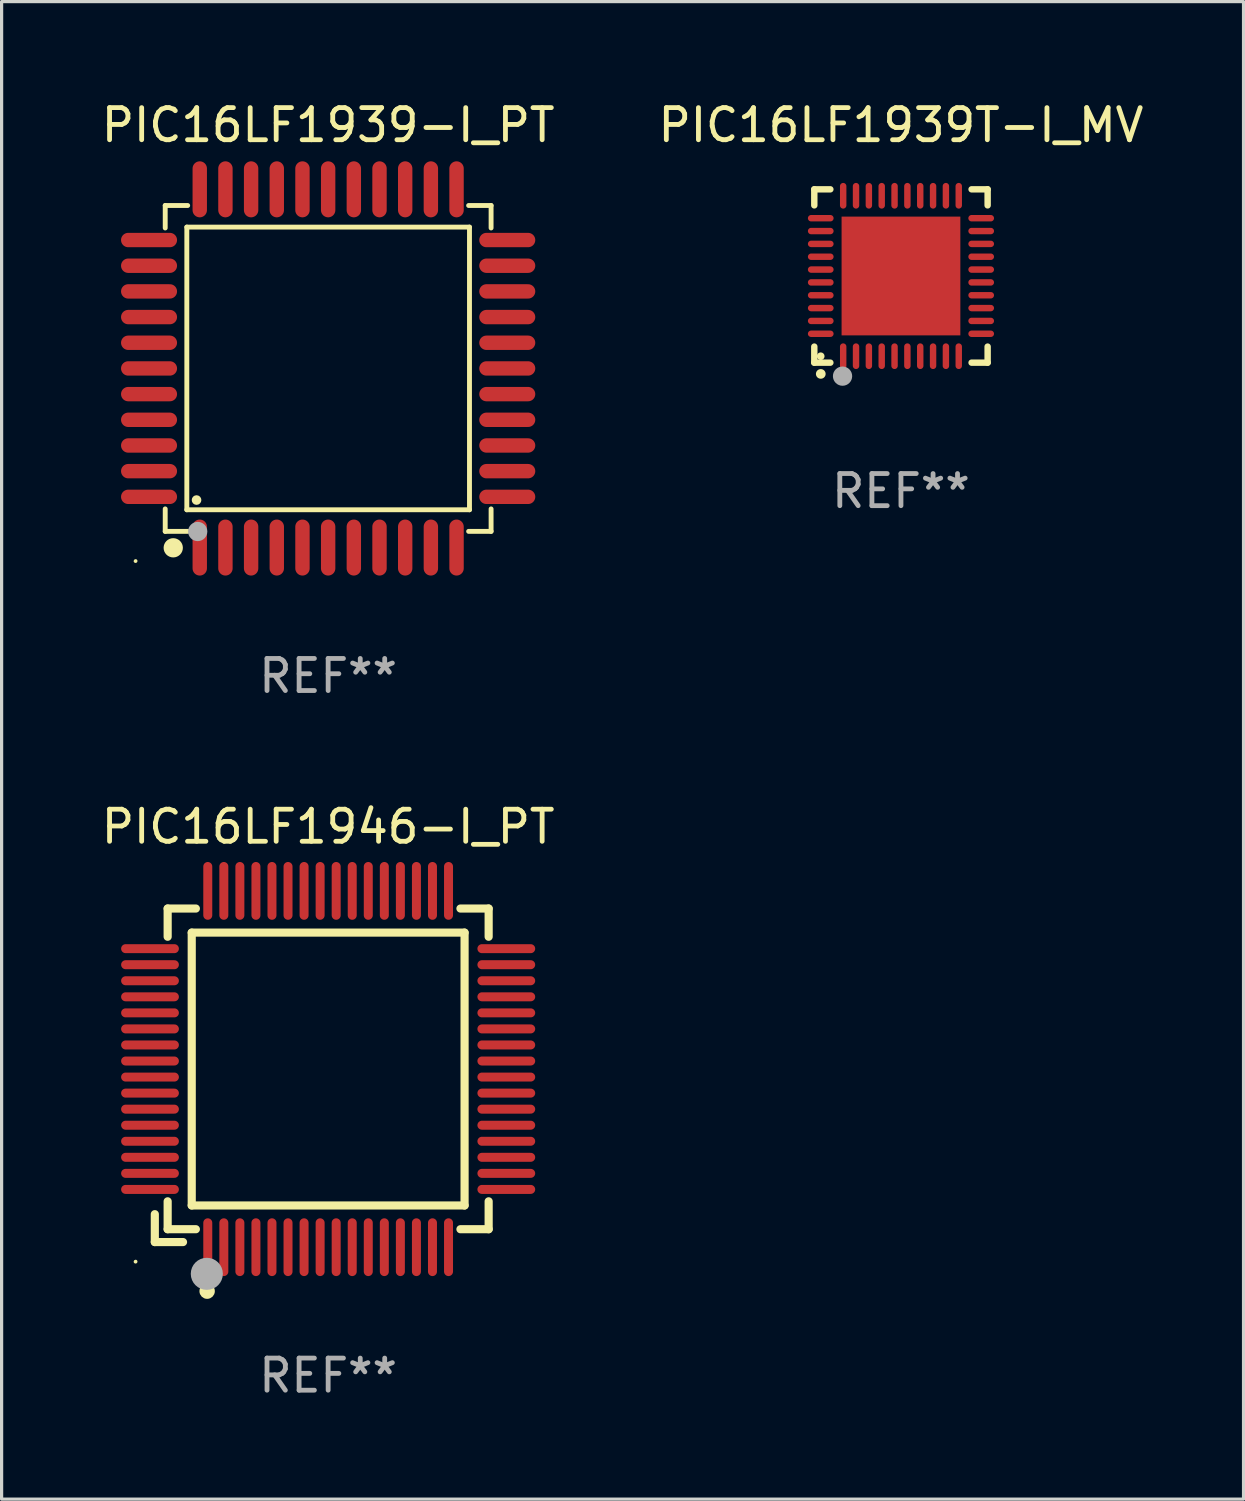
<source format=kicad_pcb>
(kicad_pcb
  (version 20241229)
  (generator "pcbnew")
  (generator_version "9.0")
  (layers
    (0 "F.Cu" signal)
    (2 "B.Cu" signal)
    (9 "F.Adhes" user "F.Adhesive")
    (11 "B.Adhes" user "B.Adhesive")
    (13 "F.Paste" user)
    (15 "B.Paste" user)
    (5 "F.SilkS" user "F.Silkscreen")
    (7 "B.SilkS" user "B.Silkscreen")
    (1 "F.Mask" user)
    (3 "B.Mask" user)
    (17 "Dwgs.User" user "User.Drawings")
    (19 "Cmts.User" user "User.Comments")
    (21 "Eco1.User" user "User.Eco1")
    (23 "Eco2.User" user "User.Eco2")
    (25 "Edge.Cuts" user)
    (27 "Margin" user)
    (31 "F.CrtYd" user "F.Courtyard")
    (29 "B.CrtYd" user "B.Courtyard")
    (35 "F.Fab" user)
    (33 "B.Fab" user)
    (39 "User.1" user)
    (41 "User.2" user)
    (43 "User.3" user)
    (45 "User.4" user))
  (footprint "PIC16LF1946-I_PT"
    (layer "F.Cu")
    (at 7.173 30.254)
    (property "Reference" "PIC16LF1946-I_PT" (at 0 -7.55 0) (layer "F.SilkS") (effects (font (size 1 1) (thickness 0.15))))
    (attr through_hole)
    (fp_line (start -5.4 4.521) (end -5.4 5.39) (stroke (width 0.254) (type solid)) (layer "F.SilkS"))
    (fp_line (start -5.4 5.39) (end -4.521 5.39) (stroke (width 0.254) (type solid)) (layer "F.SilkS"))
    (fp_line (start -5 -5) (end -5 -4.121) (stroke (width 0.254) (type solid)) (layer "F.SilkS"))
    (fp_line (start -5 4.121) (end -5 4.99) (stroke (width 0.254) (type solid)) (layer "F.SilkS"))
    (fp_line (start -5 4.99) (end -4.121 4.99) (stroke (width 0.254) (type solid)) (layer "F.SilkS"))
    (fp_line (start -4.25 -4.25) (end -4.25 4.25) (stroke (width 0.254) (type solid)) (layer "F.SilkS"))
    (fp_line (start -4.25 4.25) (end 4.25 4.25) (stroke (width 0.254) (type solid)) (layer "F.SilkS"))
    (fp_line (start -4.121 -5) (end -5 -5) (stroke (width 0.254) (type solid)) (layer "F.SilkS"))
    (fp_line (start 4.121 4.99) (end 5 4.99) (stroke (width 0.254) (type solid)) (layer "F.SilkS"))
    (fp_line (start 4.25 -4.25) (end -4.25 -4.25) (stroke (width 0.254) (type solid)) (layer "F.SilkS"))
    (fp_line (start 4.25 4.25) (end 4.25 -4.25) (stroke (width 0.254) (type solid)) (layer "F.SilkS"))
    (fp_line (start 5 -5) (end 4.121 -5) (stroke (width 0.254) (type solid)) (layer "F.SilkS"))
    (fp_line (start 5 -4.121) (end 5 -5) (stroke (width 0.254) (type solid)) (layer "F.SilkS"))
    (fp_line (start 5 4.99) (end 5 4.121) (stroke (width 0.254) (type solid)) (layer "F.SilkS"))
    (fp_circle (center -6 6) (end -5.97 6) (stroke (width 0.06) (type solid)) (fill no) (layer "F.SilkS"))
    (fp_circle (center -3.77 6.92) (end -3.65 6.92) (stroke (width 0.24) (type solid)) (fill no) (layer "F.SilkS"))
    (fp_circle (center -3.78 6.38) (end -3.53 6.38) (stroke (width 0.5) (type solid)) (fill no) (layer "F.Fab"))
    (fp_text user "REF**" (at 0 9.55 0) (layer "F.Fab") (effects (font (size 1 1) (thickness 0.15))))
    (pad "1" smd oval (at -3.75 5.55) (size 0.28 1.8) (layers "F.Cu" "F.Mask" "F.Paste"))
    (pad "2" smd oval (at -3.25 5.55) (size 0.28 1.8) (layers "F.Cu" "F.Mask" "F.Paste"))
    (pad "3" smd oval (at -2.75 5.55) (size 0.28 1.8) (layers "F.Cu" "F.Mask" "F.Paste"))
    (pad "4" smd oval (at -2.25 5.55) (size 0.28 1.8) (layers "F.Cu" "F.Mask" "F.Paste"))
    (pad "5" smd oval (at -1.75 5.55) (size 0.28 1.8) (layers "F.Cu" "F.Mask" "F.Paste"))
    (pad "6" smd oval (at -1.25 5.55) (size 0.28 1.8) (layers "F.Cu" "F.Mask" "F.Paste"))
    (pad "7" smd oval (at -0.75 5.55) (size 0.28 1.8) (layers "F.Cu" "F.Mask" "F.Paste"))
    (pad "8" smd oval (at -0.25 5.55) (size 0.28 1.8) (layers "F.Cu" "F.Mask" "F.Paste"))
    (pad "9" smd oval (at 0.25 5.55) (size 0.28 1.8) (layers "F.Cu" "F.Mask" "F.Paste"))
    (pad "10" smd oval (at 0.75 5.55) (size 0.28 1.8) (layers "F.Cu" "F.Mask" "F.Paste"))
    (pad "11" smd oval (at 1.25 5.55) (size 0.28 1.8) (layers "F.Cu" "F.Mask" "F.Paste"))
    (pad "12" smd oval (at 1.75 5.55) (size 0.28 1.8) (layers "F.Cu" "F.Mask" "F.Paste"))
    (pad "13" smd oval (at 2.25 5.55) (size 0.28 1.8) (layers "F.Cu" "F.Mask" "F.Paste"))
    (pad "14" smd oval (at 2.75 5.55) (size 0.28 1.8) (layers "F.Cu" "F.Mask" "F.Paste"))
    (pad "15" smd oval (at 3.25 5.55) (size 0.28 1.8) (layers "F.Cu" "F.Mask" "F.Paste"))
    (pad "16" smd oval (at 3.75 5.55) (size 0.28 1.8) (layers "F.Cu" "F.Mask" "F.Paste"))
    (pad "17" smd oval (at 5.55 3.75) (size 1.8 0.28) (layers "F.Cu" "F.Mask" "F.Paste"))
    (pad "18" smd oval (at 5.55 3.25) (size 1.8 0.28) (layers "F.Cu" "F.Mask" "F.Paste"))
    (pad "19" smd oval (at 5.55 2.75) (size 1.8 0.28) (layers "F.Cu" "F.Mask" "F.Paste"))
    (pad "20" smd oval (at 5.55 2.25) (size 1.8 0.28) (layers "F.Cu" "F.Mask" "F.Paste"))
    (pad "21" smd oval (at 5.55 1.75) (size 1.8 0.28) (layers "F.Cu" "F.Mask" "F.Paste"))
    (pad "22" smd oval (at 5.55 1.25) (size 1.8 0.28) (layers "F.Cu" "F.Mask" "F.Paste"))
    (pad "23" smd oval (at 5.55 0.75) (size 1.8 0.28) (layers "F.Cu" "F.Mask" "F.Paste"))
    (pad "24" smd oval (at 5.55 0.25) (size 1.8 0.28) (layers "F.Cu" "F.Mask" "F.Paste"))
    (pad "25" smd oval (at 5.55 -0.25) (size 1.8 0.28) (layers "F.Cu" "F.Mask" "F.Paste"))
    (pad "26" smd oval (at 5.55 -0.75) (size 1.8 0.28) (layers "F.Cu" "F.Mask" "F.Paste"))
    (pad "27" smd oval (at 5.55 -1.25) (size 1.8 0.28) (layers "F.Cu" "F.Mask" "F.Paste"))
    (pad "28" smd oval (at 5.55 -1.75) (size 1.8 0.28) (layers "F.Cu" "F.Mask" "F.Paste"))
    (pad "29" smd oval (at 5.55 -2.25) (size 1.8 0.28) (layers "F.Cu" "F.Mask" "F.Paste"))
    (pad "30" smd oval (at 5.55 -2.75) (size 1.8 0.28) (layers "F.Cu" "F.Mask" "F.Paste"))
    (pad "31" smd oval (at 5.55 -3.25) (size 1.8 0.28) (layers "F.Cu" "F.Mask" "F.Paste"))
    (pad "32" smd oval (at 5.55 -3.75) (size 1.8 0.28) (layers "F.Cu" "F.Mask" "F.Paste"))
    (pad "33" smd oval (at 3.75 -5.55) (size 0.28 1.8) (layers "F.Cu" "F.Mask" "F.Paste"))
    (pad "34" smd oval (at 3.25 -5.55) (size 0.28 1.8) (layers "F.Cu" "F.Mask" "F.Paste"))
    (pad "35" smd oval (at 2.75 -5.55) (size 0.28 1.8) (layers "F.Cu" "F.Mask" "F.Paste"))
    (pad "36" smd oval (at 2.25 -5.55) (size 0.28 1.8) (layers "F.Cu" "F.Mask" "F.Paste"))
    (pad "37" smd oval (at 1.75 -5.55) (size 0.28 1.8) (layers "F.Cu" "F.Mask" "F.Paste"))
    (pad "38" smd oval (at 1.25 -5.55) (size 0.28 1.8) (layers "F.Cu" "F.Mask" "F.Paste"))
    (pad "39" smd oval (at 0.75 -5.55) (size 0.28 1.8) (layers "F.Cu" "F.Mask" "F.Paste"))
    (pad "40" smd oval (at 0.25 -5.55) (size 0.28 1.8) (layers "F.Cu" "F.Mask" "F.Paste"))
    (pad "41" smd oval (at -0.25 -5.55) (size 0.28 1.8) (layers "F.Cu" "F.Mask" "F.Paste"))
    (pad "42" smd oval (at -0.75 -5.55) (size 0.28 1.8) (layers "F.Cu" "F.Mask" "F.Paste"))
    (pad "43" smd oval (at -1.25 -5.55) (size 0.28 1.8) (layers "F.Cu" "F.Mask" "F.Paste"))
    (pad "44" smd oval (at -1.75 -5.55) (size 0.28 1.8) (layers "F.Cu" "F.Mask" "F.Paste"))
    (pad "45" smd oval (at -2.25 -5.55) (size 0.28 1.8) (layers "F.Cu" "F.Mask" "F.Paste"))
    (pad "46" smd oval (at -2.75 -5.55) (size 0.28 1.8) (layers "F.Cu" "F.Mask" "F.Paste"))
    (pad "47" smd oval (at -3.25 -5.55) (size 0.28 1.8) (layers "F.Cu" "F.Mask" "F.Paste"))
    (pad "48" smd oval (at -3.75 -5.55) (size 0.28 1.8) (layers "F.Cu" "F.Mask" "F.Paste"))
    (pad "49" smd oval (at -5.55 -3.75) (size 1.8 0.28) (layers "F.Cu" "F.Mask" "F.Paste"))
    (pad "50" smd oval (at -5.55 -3.25) (size 1.8 0.28) (layers "F.Cu" "F.Mask" "F.Paste"))
    (pad "51" smd oval (at -5.55 -2.75) (size 1.8 0.28) (layers "F.Cu" "F.Mask" "F.Paste"))
    (pad "52" smd oval (at -5.55 -2.25) (size 1.8 0.28) (layers "F.Cu" "F.Mask" "F.Paste"))
    (pad "53" smd oval (at -5.55 -1.75) (size 1.8 0.28) (layers "F.Cu" "F.Mask" "F.Paste"))
    (pad "54" smd oval (at -5.55 -1.25) (size 1.8 0.28) (layers "F.Cu" "F.Mask" "F.Paste"))
    (pad "55" smd oval (at -5.55 -0.75) (size 1.8 0.28) (layers "F.Cu" "F.Mask" "F.Paste"))
    (pad "56" smd oval (at -5.55 -0.25) (size 1.8 0.28) (layers "F.Cu" "F.Mask" "F.Paste"))
    (pad "57" smd oval (at -5.55 0.25) (size 1.8 0.28) (layers "F.Cu" "F.Mask" "F.Paste"))
    (pad "58" smd oval (at -5.55 0.75) (size 1.8 0.28) (layers "F.Cu" "F.Mask" "F.Paste"))
    (pad "59" smd oval (at -5.55 1.25) (size 1.8 0.28) (layers "F.Cu" "F.Mask" "F.Paste"))
    (pad "60" smd oval (at -5.55 1.75) (size 1.8 0.28) (layers "F.Cu" "F.Mask" "F.Paste"))
    (pad "61" smd oval (at -5.55 2.25) (size 1.8 0.28) (layers "F.Cu" "F.Mask" "F.Paste"))
    (pad "62" smd oval (at -5.55 2.75) (size 1.8 0.28) (layers "F.Cu" "F.Mask" "F.Paste"))
    (pad "63" smd oval (at -5.55 3.25) (size 1.8 0.28) (layers "F.Cu" "F.Mask" "F.Paste"))
    (pad "64" smd oval (at -5.55 3.75) (size 1.8 0.28) (layers "F.Cu" "F.Mask" "F.Paste")))
  (footprint "PIC16LF1939-I_PT"
    (layer "F.Cu")
    (at 7.173 8.428)
    (property "Reference" "PIC16LF1939-I_PT" (at 0 -7.58 0) (layer "F.SilkS") (effects (font (size 1 1) (thickness 0.15))))
    (attr through_hole)
    (fp_line (start -5.076 -5.076) (end -5.076 -4.376) (stroke (width 0.152) (type solid)) (layer "F.SilkS"))
    (fp_line (start -5.076 5.076) (end -5.076 4.376) (stroke (width 0.152) (type solid)) (layer "F.SilkS"))
    (fp_line (start -4.403 -4.403) (end 4.403 -4.403) (stroke (width 0.152) (type solid)) (layer "F.SilkS"))
    (fp_line (start -4.403 4.403) (end -4.403 -4.403) (stroke (width 0.152) (type solid)) (layer "F.SilkS"))
    (fp_line (start -4.376 -5.076) (end -5.076 -5.076) (stroke (width 0.152) (type solid)) (layer "F.SilkS"))
    (fp_line (start -4.376 5.076) (end -5.076 5.076) (stroke (width 0.152) (type solid)) (layer "F.SilkS"))
    (fp_line (start 4.376 -5.076) (end 5.076 -5.076) (stroke (width 0.152) (type solid)) (layer "F.SilkS"))
    (fp_line (start 4.376 5.076) (end 5.076 5.076) (stroke (width 0.152) (type solid)) (layer "F.SilkS"))
    (fp_line (start 4.403 -4.403) (end 4.403 4.403) (stroke (width 0.152) (type solid)) (layer "F.SilkS"))
    (fp_line (start 4.403 4.403) (end -4.403 4.403) (stroke (width 0.152) (type solid)) (layer "F.SilkS"))
    (fp_line (start 5.076 -5.076) (end 5.076 -4.376) (stroke (width 0.152) (type solid)) (layer "F.SilkS"))
    (fp_line (start 5.076 5.076) (end 5.076 4.376) (stroke (width 0.152) (type solid)) (layer "F.SilkS"))
    (fp_circle (center -6 6) (end -5.97 6) (stroke (width 0.06) (type solid)) (fill no) (layer "F.SilkS"))
    (fp_circle (center -4.826 5.588) (end -4.676 5.588) (stroke (width 0.3) (type solid)) (fill no) (layer "F.SilkS"))
    (fp_circle (center -4.1 4.1) (end -4.025 4.1) (stroke (width 0.15) (type solid)) (fill no) (layer "F.SilkS"))
    (fp_circle (center -4.064 5.08) (end -3.914 5.08) (stroke (width 0.3) (type solid)) (fill no) (layer "F.Fab"))
    (fp_text user "REF**" (at 0 9.58 0) (layer "F.Fab") (effects (font (size 1 1) (thickness 0.15))))
    (pad "1" smd oval (at -4 5.58) (size 0.448 1.745) (layers "F.Cu" "F.Mask" "F.Paste"))
    (pad "2" smd oval (at -3.2 5.58) (size 0.448 1.745) (layers "F.Cu" "F.Mask" "F.Paste"))
    (pad "3" smd oval (at -2.4 5.58) (size 0.448 1.745) (layers "F.Cu" "F.Mask" "F.Paste"))
    (pad "4" smd oval (at -1.6 5.58) (size 0.448 1.745) (layers "F.Cu" "F.Mask" "F.Paste"))
    (pad "5" smd oval (at -0.8 5.58) (size 0.448 1.745) (layers "F.Cu" "F.Mask" "F.Paste"))
    (pad "6" smd oval (at 0 5.58) (size 0.448 1.745) (layers "F.Cu" "F.Mask" "F.Paste"))
    (pad "7" smd oval (at 0.8 5.58) (size 0.448 1.745) (layers "F.Cu" "F.Mask" "F.Paste"))
    (pad "8" smd oval (at 1.6 5.58) (size 0.448 1.745) (layers "F.Cu" "F.Mask" "F.Paste"))
    (pad "9" smd oval (at 2.4 5.58) (size 0.448 1.745) (layers "F.Cu" "F.Mask" "F.Paste"))
    (pad "10" smd oval (at 3.2 5.58) (size 0.448 1.745) (layers "F.Cu" "F.Mask" "F.Paste"))
    (pad "11" smd oval (at 4 5.58) (size 0.448 1.745) (layers "F.Cu" "F.Mask" "F.Paste"))
    (pad "12" smd oval (at 5.58 4) (size 1.745 0.448) (layers "F.Cu" "F.Mask" "F.Paste"))
    (pad "13" smd oval (at 5.58 3.2) (size 1.745 0.448) (layers "F.Cu" "F.Mask" "F.Paste"))
    (pad "14" smd oval (at 5.58 2.4) (size 1.745 0.448) (layers "F.Cu" "F.Mask" "F.Paste"))
    (pad "15" smd oval (at 5.58 1.6) (size 1.745 0.448) (layers "F.Cu" "F.Mask" "F.Paste"))
    (pad "16" smd oval (at 5.58 0.8) (size 1.745 0.448) (layers "F.Cu" "F.Mask" "F.Paste"))
    (pad "17" smd oval (at 5.58 0) (size 1.745 0.448) (layers "F.Cu" "F.Mask" "F.Paste"))
    (pad "18" smd oval (at 5.58 -0.8) (size 1.745 0.448) (layers "F.Cu" "F.Mask" "F.Paste"))
    (pad "19" smd oval (at 5.58 -1.6) (size 1.745 0.448) (layers "F.Cu" "F.Mask" "F.Paste"))
    (pad "20" smd oval (at 5.58 -2.4) (size 1.745 0.448) (layers "F.Cu" "F.Mask" "F.Paste"))
    (pad "21" smd oval (at 5.58 -3.2) (size 1.745 0.448) (layers "F.Cu" "F.Mask" "F.Paste"))
    (pad "22" smd oval (at 5.58 -4) (size 1.745 0.448) (layers "F.Cu" "F.Mask" "F.Paste"))
    (pad "23" smd oval (at 4 -5.58) (size 0.448 1.745) (layers "F.Cu" "F.Mask" "F.Paste"))
    (pad "24" smd oval (at 3.2 -5.58) (size 0.448 1.745) (layers "F.Cu" "F.Mask" "F.Paste"))
    (pad "25" smd oval (at 2.4 -5.58) (size 0.448 1.745) (layers "F.Cu" "F.Mask" "F.Paste"))
    (pad "26" smd oval (at 1.6 -5.58) (size 0.448 1.745) (layers "F.Cu" "F.Mask" "F.Paste"))
    (pad "27" smd oval (at 0.8 -5.58) (size 0.448 1.745) (layers "F.Cu" "F.Mask" "F.Paste"))
    (pad "28" smd oval (at 0 -5.58) (size 0.448 1.745) (layers "F.Cu" "F.Mask" "F.Paste"))
    (pad "29" smd oval (at -0.8 -5.58) (size 0.448 1.745) (layers "F.Cu" "F.Mask" "F.Paste"))
    (pad "30" smd oval (at -1.6 -5.58) (size 0.448 1.745) (layers "F.Cu" "F.Mask" "F.Paste"))
    (pad "31" smd oval (at -2.4 -5.58) (size 0.448 1.745) (layers "F.Cu" "F.Mask" "F.Paste"))
    (pad "32" smd oval (at -3.2 -5.58) (size 0.448 1.745) (layers "F.Cu" "F.Mask" "F.Paste"))
    (pad "33" smd oval (at -4 -5.58) (size 0.448 1.745) (layers "F.Cu" "F.Mask" "F.Paste"))
    (pad "34" smd oval (at -5.58 -4) (size 1.745 0.448) (layers "F.Cu" "F.Mask" "F.Paste"))
    (pad "35" smd oval (at -5.58 -3.2) (size 1.745 0.448) (layers "F.Cu" "F.Mask" "F.Paste"))
    (pad "36" smd oval (at -5.58 -2.4) (size 1.745 0.448) (layers "F.Cu" "F.Mask" "F.Paste"))
    (pad "37" smd oval (at -5.58 -1.6) (size 1.745 0.448) (layers "F.Cu" "F.Mask" "F.Paste"))
    (pad "38" smd oval (at -5.58 -0.8) (size 1.745 0.448) (layers "F.Cu" "F.Mask" "F.Paste"))
    (pad "39" smd oval (at -5.58 0) (size 1.745 0.448) (layers "F.Cu" "F.Mask" "F.Paste"))
    (pad "40" smd oval (at -5.58 0.8) (size 1.745 0.448) (layers "F.Cu" "F.Mask" "F.Paste"))
    (pad "41" smd oval (at -5.58 1.6) (size 1.745 0.448) (layers "F.Cu" "F.Mask" "F.Paste"))
    (pad "42" smd oval (at -5.58 2.4) (size 1.745 0.448) (layers "F.Cu" "F.Mask" "F.Paste"))
    (pad "43" smd oval (at -5.58 3.2) (size 1.745 0.448) (layers "F.Cu" "F.Mask" "F.Paste"))
    (pad "44" smd oval (at -5.58 4) (size 1.745 0.448) (layers "F.Cu" "F.Mask" "F.Paste")))
  (footprint "PIC16LF1939T-I_MV"
    (layer "F.Cu")
    (at 25.018 5.548)
    (property "Reference" "PIC16LF1939T-I_MV" (at 0 -4.7 0) (layer "F.SilkS") (effects (font (size 1 1) (thickness 0.15))))
    (attr through_hole)
    (fp_line (start -2.7 -2.7) (end -2.7 -2.2) (stroke (width 0.2) (type solid)) (layer "F.SilkS"))
    (fp_line (start -2.7 2.7) (end -2.7 2.2) (stroke (width 0.2) (type solid)) (layer "F.SilkS"))
    (fp_line (start -2.2 -2.7) (end -2.7 -2.7) (stroke (width 0.2) (type solid)) (layer "F.SilkS"))
    (fp_line (start -2.2 2.7) (end -2.7 2.7) (stroke (width 0.2) (type solid)) (layer "F.SilkS"))
    (fp_line (start 2.7 -2.7) (end 2.2 -2.7) (stroke (width 0.2) (type solid)) (layer "F.SilkS"))
    (fp_line (start 2.7 -2.2) (end 2.7 -2.7) (stroke (width 0.2) (type solid)) (layer "F.SilkS"))
    (fp_line (start 2.7 2.2) (end 2.7 2.7) (stroke (width 0.2) (type solid)) (layer "F.SilkS"))
    (fp_line (start 2.7 2.7) (end 2.2 2.7) (stroke (width 0.2) (type solid)) (layer "F.SilkS"))
    (fp_arc (start -2.499365 3.050546) (mid -2.498095 3.050541) (end -2.496825 3.050546) (stroke (width 0.3) (type solid)) (layer "F.SilkS"))
    (fp_circle (center -2.5 2.5) (end -2.44 2.5) (stroke (width 0.12) (type solid)) (fill no) (layer "F.SilkS"))
    (fp_circle (center -1.82 3.12) (end -1.67 3.12) (stroke (width 0.3) (type solid)) (fill no) (layer "F.Fab"))
    (fp_text user "REF**" (at 0 6.7 0) (layer "F.Fab") (effects (font (size 1 1) (thickness 0.15))))
    (pad "1" smd oval (at -1.8 2.499) (size 0.2 0.8) (layers "F.Cu" "F.Mask" "F.Paste"))
    (pad "2" smd oval (at -1.4 2.499) (size 0.2 0.8) (layers "F.Cu" "F.Mask" "F.Paste"))
    (pad "3" smd oval (at -1 2.499) (size 0.2 0.8) (layers "F.Cu" "F.Mask" "F.Paste"))
    (pad "4" smd oval (at -0.6 2.499) (size 0.2 0.8) (layers "F.Cu" "F.Mask" "F.Paste"))
    (pad "5" smd oval (at -0.2 2.499) (size 0.2 0.8) (layers "F.Cu" "F.Mask" "F.Paste"))
    (pad "6" smd oval (at 0.2 2.499) (size 0.2 0.8) (layers "F.Cu" "F.Mask" "F.Paste"))
    (pad "7" smd oval (at 0.6 2.499) (size 0.2 0.8) (layers "F.Cu" "F.Mask" "F.Paste"))
    (pad "8" smd oval (at 1 2.499) (size 0.2 0.8) (layers "F.Cu" "F.Mask" "F.Paste"))
    (pad "9" smd oval (at 1.4 2.499) (size 0.2 0.8) (layers "F.Cu" "F.Mask" "F.Paste"))
    (pad "10" smd oval (at 1.8 2.499) (size 0.2 0.8) (layers "F.Cu" "F.Mask" "F.Paste"))
    (pad "11" smd oval (at 2.499 1.8) (size 0.8 0.2) (layers "F.Cu" "F.Mask" "F.Paste"))
    (pad "12" smd oval (at 2.499 1.4) (size 0.8 0.2) (layers "F.Cu" "F.Mask" "F.Paste"))
    (pad "13" smd oval (at 2.499 1) (size 0.8 0.2) (layers "F.Cu" "F.Mask" "F.Paste"))
    (pad "14" smd oval (at 2.499 0.6) (size 0.8 0.2) (layers "F.Cu" "F.Mask" "F.Paste"))
    (pad "15" smd oval (at 2.499 0.2) (size 0.8 0.2) (layers "F.Cu" "F.Mask" "F.Paste"))
    (pad "16" smd oval (at 2.499 -0.2) (size 0.8 0.2) (layers "F.Cu" "F.Mask" "F.Paste"))
    (pad "17" smd oval (at 2.499 -0.6) (size 0.8 0.2) (layers "F.Cu" "F.Mask" "F.Paste"))
    (pad "18" smd oval (at 2.499 -1) (size 0.8 0.2) (layers "F.Cu" "F.Mask" "F.Paste"))
    (pad "19" smd oval (at 2.499 -1.4) (size 0.8 0.2) (layers "F.Cu" "F.Mask" "F.Paste"))
    (pad "20" smd oval (at 2.499 -1.8) (size 0.8 0.2) (layers "F.Cu" "F.Mask" "F.Paste"))
    (pad "21" smd oval (at 1.8 -2.499) (size 0.2 0.8) (layers "F.Cu" "F.Mask" "F.Paste"))
    (pad "22" smd oval (at 1.4 -2.499) (size 0.2 0.8) (layers "F.Cu" "F.Mask" "F.Paste"))
    (pad "23" smd oval (at 1 -2.499) (size 0.2 0.8) (layers "F.Cu" "F.Mask" "F.Paste"))
    (pad "24" smd oval (at 0.6 -2.499) (size 0.2 0.8) (layers "F.Cu" "F.Mask" "F.Paste"))
    (pad "25" smd oval (at 0.2 -2.499) (size 0.2 0.8) (layers "F.Cu" "F.Mask" "F.Paste"))
    (pad "26" smd oval (at -0.2 -2.499) (size 0.2 0.8) (layers "F.Cu" "F.Mask" "F.Paste"))
    (pad "27" smd oval (at -0.6 -2.499) (size 0.2 0.8) (layers "F.Cu" "F.Mask" "F.Paste"))
    (pad "28" smd oval (at -1 -2.499) (size 0.2 0.8) (layers "F.Cu" "F.Mask" "F.Paste"))
    (pad "29" smd oval (at -1.4 -2.499) (size 0.2 0.8) (layers "F.Cu" "F.Mask" "F.Paste"))
    (pad "30" smd oval (at -1.8 -2.499) (size 0.2 0.8) (layers "F.Cu" "F.Mask" "F.Paste"))
    (pad "31" smd oval (at -2.499 -1.8) (size 0.8 0.2) (layers "F.Cu" "F.Mask" "F.Paste"))
    (pad "32" smd oval (at -2.499 -1.4) (size 0.8 0.2) (layers "F.Cu" "F.Mask" "F.Paste"))
    (pad "33" smd oval (at -2.499 -1) (size 0.8 0.2) (layers "F.Cu" "F.Mask" "F.Paste"))
    (pad "34" smd oval (at -2.499 -0.6) (size 0.8 0.2) (layers "F.Cu" "F.Mask" "F.Paste"))
    (pad "35" smd oval (at -2.499 -0.2) (size 0.8 0.2) (layers "F.Cu" "F.Mask" "F.Paste"))
    (pad "36" smd oval (at -2.499 0.2) (size 0.8 0.2) (layers "F.Cu" "F.Mask" "F.Paste"))
    (pad "37" smd oval (at -2.499 0.6) (size 0.8 0.2) (layers "F.Cu" "F.Mask" "F.Paste"))
    (pad "38" smd oval (at -2.499 1) (size 0.8 0.2) (layers "F.Cu" "F.Mask" "F.Paste"))
    (pad "39" smd oval (at -2.499 1.4) (size 0.8 0.2) (layers "F.Cu" "F.Mask" "F.Paste"))
    (pad "40" smd oval (at -2.499 1.8) (size 0.8 0.2) (layers "F.Cu" "F.Mask" "F.Paste"))
    (pad "41" smd rect (at 0 0) (size 3.7 3.7) (layers "F.Cu" "F.Mask" "F.Paste")))
  (gr_rect
    (start -3 -3)
    (end 35.69 43.653)
    (stroke (width 0.1) (type default))
    (fill no)
    (layer "Edge.Cuts")))
</source>
